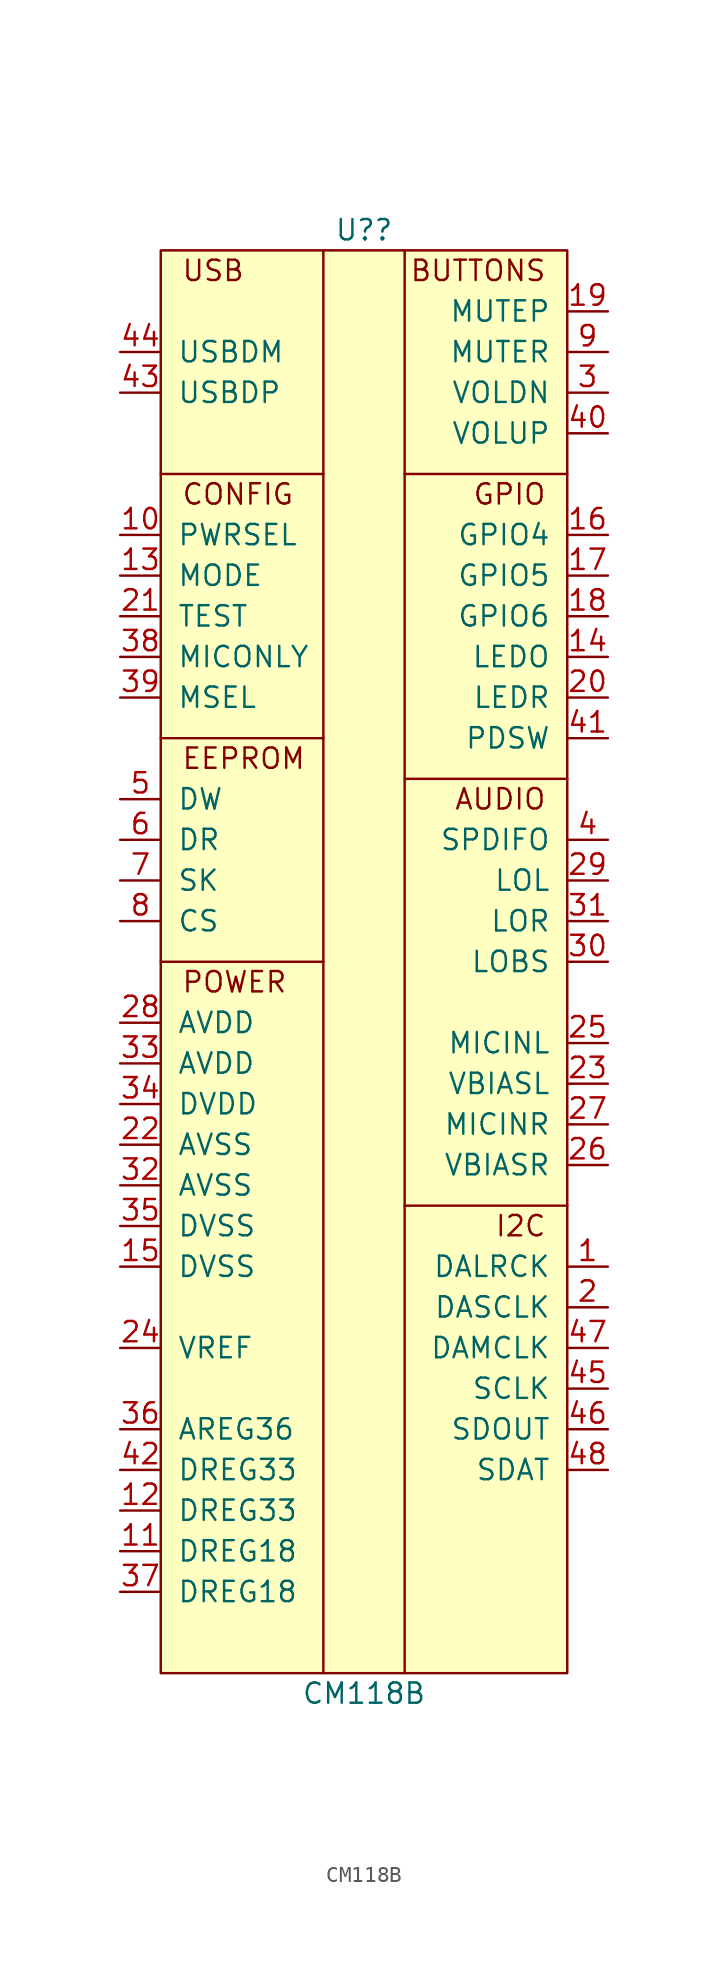
<source format=kicad_sym>
(kicad_symbol_lib
  (version 20220914)
  (generator kicad_symbol_editor)
  (symbol "CM118B"
    (pin_names
      (offset 1.016))
    (property "Reference" "U?"
      (at 0 -2.54 0)
      (effects (font (size 1.27 1.27))))
    (property "Value" "CM118B"
      (at 0 -93.98 0)
      (effects (font (size 1.27 1.27))))
    (symbol "CM118B_0_0"
      (rectangle (start -12.7 -3.81) (end 12.7 -92.71) (stroke (width 0) (type default)) (fill (type background)))
      (polyline (pts (xy -12.7 -48.26) (xy -2.54 -48.26)) (stroke (width 0) (type default)) (fill (type none)))
      (polyline (pts (xy -12.7 -34.29) (xy -2.54 -34.29)) (stroke (width 0) (type default)) (fill (type none)))
      (polyline (pts (xy -12.7 -17.78) (xy -2.54 -17.78)) (stroke (width 0) (type default)) (fill (type none)))
      (polyline (pts (xy -2.54 -3.81) (xy -2.54 -92.71)) (stroke (width 0) (type default)) (fill (type none)))
      (polyline (pts (xy 2.54 -17.78) (xy 12.7 -17.78)) (stroke (width 0) (type default)) (fill (type none)))
      (polyline (pts (xy 2.54 -3.81) (xy 2.54 -92.71)) (stroke (width 0) (type default)) (fill (type none)))
      (polyline (pts (xy 12.7 -63.5) (xy 2.54 -63.5)) (stroke (width 0) (type default)) (fill (type none)))
      (polyline (pts (xy 12.7 -36.83) (xy 2.54 -36.83)) (stroke (width 0) (type default)) (fill (type none)))
      (text "AUDIO" (at 11.43 -38.1 0) (effects (font (size 1.27 1.27)) (justify right)))
      (text "BUTTONS" (at 11.43 -5.08 0) (effects (font (size 1.27 1.27)) (justify right)))
      (text "CONFIG" (at -11.43 -19.05 0) (effects (font (size 1.27 1.27)) (justify left)))
      (text "EEPROM" (at -11.43 -35.56 0) (effects (font (size 1.27 1.27)) (justify left)))
      (text "GPIO" (at 11.43 -19.05 0) (effects (font (size 1.27 1.27)) (justify right)))
      (text "I2C" (at 11.43 -64.77 0) (effects (font (size 1.27 1.27)) (justify right)))
      (text "POWER" (at -11.43 -49.53 0) (effects (font (size 1.27 1.27)) (justify left)))
      (text "USB" (at -11.43 -5.08 0) (effects (font (size 1.27 1.27)) (justify left))))
    (symbol "CM118B_1_1"
      (pin output line (at 15.24 -67.31 180) (length 2.54) (name "DALRCK" (effects (font (size 1.27 1.27)))) (number "1" (effects (font (size 1.27 1.27)))))
      (pin input line (at -15.24 -21.59 0) (length 2.54) (name "PWRSEL" (effects (font (size 1.27 1.27)))) (number "10" (effects (font (size 1.27 1.27)))))
      (pin power_out line (at -15.24 -85.09 0) (length 2.54) (name "DREG18" (effects (font (size 1.27 1.27)))) (number "11" (effects (font (size 1.27 1.27)))))
      (pin power_out line (at -15.24 -82.55 0) (length 2.54) (name "DREG33" (effects (font (size 1.27 1.27)))) (number "12" (effects (font (size 1.27 1.27)))))
      (pin input line (at -15.24 -24.13 0) (length 2.54) (name "MODE" (effects (font (size 1.27 1.27)))) (number "13" (effects (font (size 1.27 1.27)))))
      (pin output line (at 15.24 -29.21 180) (length 2.54) (name "LEDO" (effects (font (size 1.27 1.27)))) (number "14" (effects (font (size 1.27 1.27)))))
      (pin power_in line (at -15.24 -67.31 0) (length 2.54) (name "DVSS" (effects (font (size 1.27 1.27)))) (number "15" (effects (font (size 1.27 1.27)))))
      (pin bidirectional line (at 15.24 -21.59 180) (length 2.54) (name "GPIO4" (effects (font (size 1.27 1.27)))) (number "16" (effects (font (size 1.27 1.27)))))
      (pin bidirectional line (at 15.24 -24.13 180) (length 2.54) (name "GPIO5" (effects (font (size 1.27 1.27)))) (number "17" (effects (font (size 1.27 1.27)))))
      (pin bidirectional line (at 15.24 -26.67 180) (length 2.54) (name "GPIO6" (effects (font (size 1.27 1.27)))) (number "18" (effects (font (size 1.27 1.27)))))
      (pin input line (at 15.24 -7.62 180) (length 2.54) (name "MUTEP" (effects (font (size 1.27 1.27)))) (number "19" (effects (font (size 1.27 1.27)))))
      (pin output line (at 15.24 -69.85 180) (length 2.54) (name "DASCLK" (effects (font (size 1.27 1.27)))) (number "2" (effects (font (size 1.27 1.27)))))
      (pin output line (at 15.24 -31.75 180) (length 2.54) (name "LEDR" (effects (font (size 1.27 1.27)))) (number "20" (effects (font (size 1.27 1.27)))))
      (pin input line (at -15.24 -26.67 0) (length 2.54) (name "TEST" (effects (font (size 1.27 1.27)))) (number "21" (effects (font (size 1.27 1.27)))))
      (pin power_in line (at -15.24 -59.69 0) (length 2.54) (name "AVSS" (effects (font (size 1.27 1.27)))) (number "22" (effects (font (size 1.27 1.27)))))
      (pin output line (at 15.24 -55.88 180) (length 2.54) (name "VBIASL" (effects (font (size 1.27 1.27)))) (number "23" (effects (font (size 1.27 1.27)))))
      (pin input line (at -15.24 -72.39 0) (length 2.54) (name "VREF" (effects (font (size 1.27 1.27)))) (number "24" (effects (font (size 1.27 1.27)))))
      (pin input line (at 15.24 -53.34 180) (length 2.54) (name "MICINL" (effects (font (size 1.27 1.27)))) (number "25" (effects (font (size 1.27 1.27)))))
      (pin output line (at 15.24 -60.96 180) (length 2.54) (name "VBIASR" (effects (font (size 1.27 1.27)))) (number "26" (effects (font (size 1.27 1.27)))))
      (pin input line (at 15.24 -58.42 180) (length 2.54) (name "MICINR" (effects (font (size 1.27 1.27)))) (number "27" (effects (font (size 1.27 1.27)))))
      (pin power_in line (at -15.24 -52.07 0) (length 2.54) (name "AVDD" (effects (font (size 1.27 1.27)))) (number "28" (effects (font (size 1.27 1.27)))))
      (pin output line (at 15.24 -43.18 180) (length 2.54) (name "LOL" (effects (font (size 1.27 1.27)))) (number "29" (effects (font (size 1.27 1.27)))))
      (pin input line (at 15.24 -12.7 180) (length 2.54) (name "VOLDN" (effects (font (size 1.27 1.27)))) (number "3" (effects (font (size 1.27 1.27)))))
      (pin output line (at 15.24 -48.26 180) (length 2.54) (name "LOBS" (effects (font (size 1.27 1.27)))) (number "30" (effects (font (size 1.27 1.27)))))
      (pin output line (at 15.24 -45.72 180) (length 2.54) (name "LOR" (effects (font (size 1.27 1.27)))) (number "31" (effects (font (size 1.27 1.27)))))
      (pin power_in line (at -15.24 -62.23 0) (length 2.54) (name "AVSS" (effects (font (size 1.27 1.27)))) (number "32" (effects (font (size 1.27 1.27)))))
      (pin power_in line (at -15.24 -54.61 0) (length 2.54) (name "AVDD" (effects (font (size 1.27 1.27)))) (number "33" (effects (font (size 1.27 1.27)))))
      (pin power_in line (at -15.24 -57.15 0) (length 2.54) (name "DVDD" (effects (font (size 1.27 1.27)))) (number "34" (effects (font (size 1.27 1.27)))))
      (pin power_in line (at -15.24 -64.77 0) (length 2.54) (name "DVSS" (effects (font (size 1.27 1.27)))) (number "35" (effects (font (size 1.27 1.27)))))
      (pin power_out line (at -15.24 -77.47 0) (length 2.54) (name "AREG36" (effects (font (size 1.27 1.27)))) (number "36" (effects (font (size 1.27 1.27)))))
      (pin power_out line (at -15.24 -87.63 0) (length 2.54) (name "DREG18" (effects (font (size 1.27 1.27)))) (number "37" (effects (font (size 1.27 1.27)))))
      (pin input line (at -15.24 -29.21 0) (length 2.54) (name "MICONLY" (effects (font (size 1.27 1.27)))) (number "38" (effects (font (size 1.27 1.27)))))
      (pin input line (at -15.24 -31.75 0) (length 2.54) (name "MSEL" (effects (font (size 1.27 1.27)))) (number "39" (effects (font (size 1.27 1.27)))))
      (pin output line (at 15.24 -40.64 180) (length 2.54) (name "SPDIFO" (effects (font (size 1.27 1.27)))) (number "4" (effects (font (size 1.27 1.27)))))
      (pin input line (at 15.24 -15.24 180) (length 2.54) (name "VOLUP" (effects (font (size 1.27 1.27)))) (number "40" (effects (font (size 1.27 1.27)))))
      (pin open_collector line (at 15.24 -34.29 180) (length 2.54) (name "PDSW" (effects (font (size 1.27 1.27)))) (number "41" (effects (font (size 1.27 1.27)))))
      (pin power_out line (at -15.24 -80.01 0) (length 2.54) (name "DREG33" (effects (font (size 1.27 1.27)))) (number "42" (effects (font (size 1.27 1.27)))))
      (pin bidirectional line (at -15.24 -12.7 0) (length 2.54) (name "USBDP" (effects (font (size 1.27 1.27)))) (number "43" (effects (font (size 1.27 1.27)))))
      (pin bidirectional line (at -15.24 -10.16 0) (length 2.54) (name "USBDM" (effects (font (size 1.27 1.27)))) (number "44" (effects (font (size 1.27 1.27)))))
      (pin input line (at 15.24 -74.93 180) (length 2.54) (name "SCLK" (effects (font (size 1.27 1.27)))) (number "45" (effects (font (size 1.27 1.27)))))
      (pin output line (at 15.24 -77.47 180) (length 2.54) (name "SDOUT" (effects (font (size 1.27 1.27)))) (number "46" (effects (font (size 1.27 1.27)))))
      (pin output line (at 15.24 -72.39 180) (length 2.54) (name "DAMCLK" (effects (font (size 1.27 1.27)))) (number "47" (effects (font (size 1.27 1.27)))))
      (pin input line (at 15.24 -80.01 180) (length 2.54) (name "SDAT" (effects (font (size 1.27 1.27)))) (number "48" (effects (font (size 1.27 1.27)))))
      (pin output line (at -15.24 -38.1 0) (length 2.54) (name "DW" (effects (font (size 1.27 1.27)))) (number "5" (effects (font (size 1.27 1.27)))))
      (pin input line (at -15.24 -40.64 0) (length 2.54) (name "DR" (effects (font (size 1.27 1.27)))) (number "6" (effects (font (size 1.27 1.27)))))
      (pin output line (at -15.24 -43.18 0) (length 2.54) (name "SK" (effects (font (size 1.27 1.27)))) (number "7" (effects (font (size 1.27 1.27)))))
      (pin output line (at -15.24 -45.72 0) (length 2.54) (name "CS" (effects (font (size 1.27 1.27)))) (number "8" (effects (font (size 1.27 1.27)))))
      (pin input line (at 15.24 -10.16 180) (length 2.54) (name "MUTER" (effects (font (size 1.27 1.27)))) (number "9" (effects (font (size 1.27 1.27))))))))
</source>
